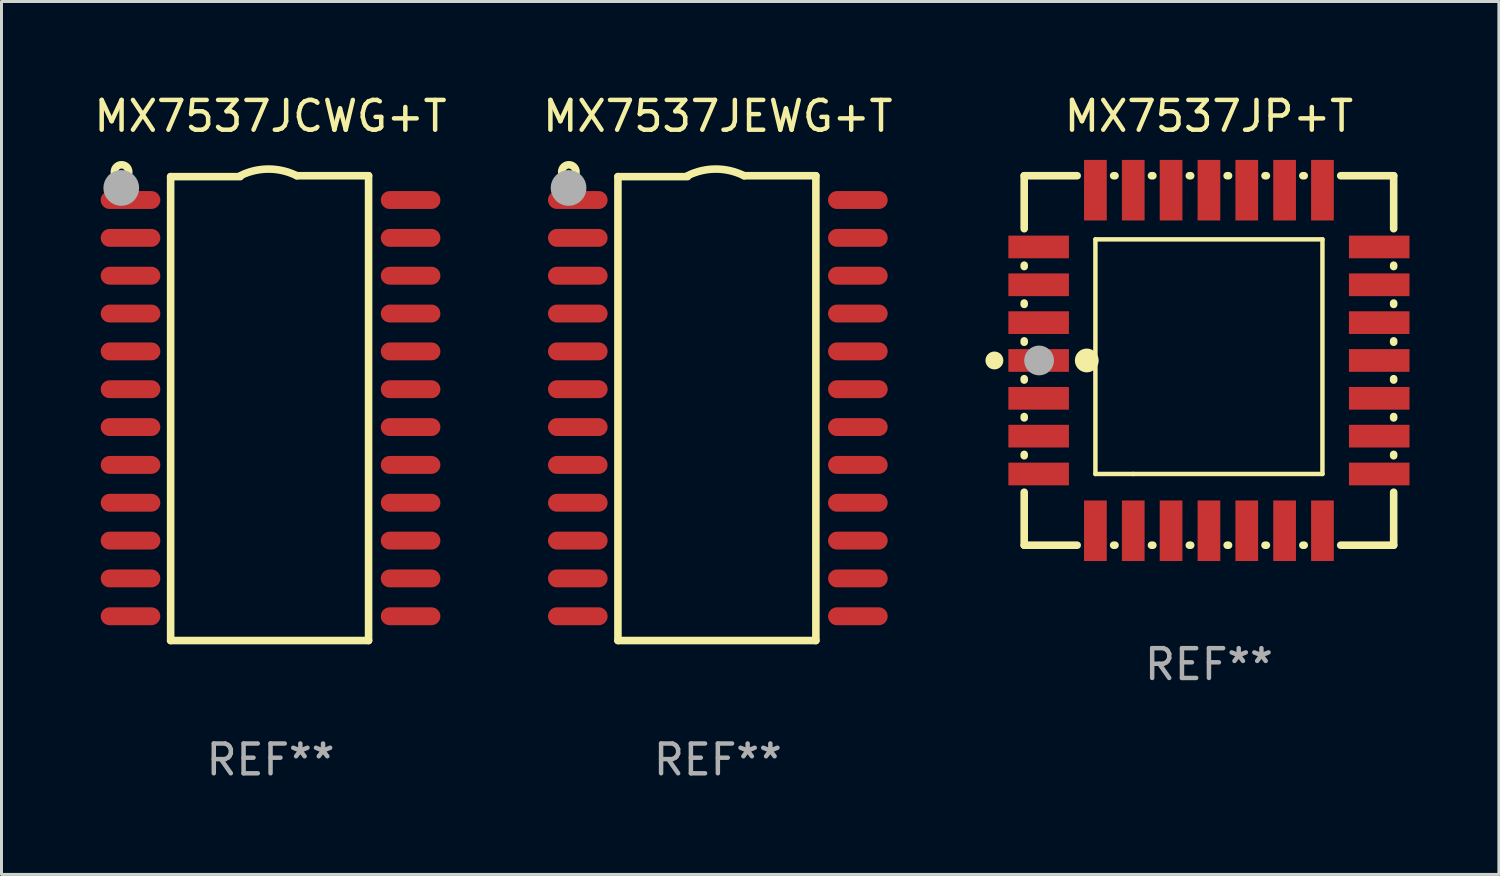
<source format=kicad_pcb>
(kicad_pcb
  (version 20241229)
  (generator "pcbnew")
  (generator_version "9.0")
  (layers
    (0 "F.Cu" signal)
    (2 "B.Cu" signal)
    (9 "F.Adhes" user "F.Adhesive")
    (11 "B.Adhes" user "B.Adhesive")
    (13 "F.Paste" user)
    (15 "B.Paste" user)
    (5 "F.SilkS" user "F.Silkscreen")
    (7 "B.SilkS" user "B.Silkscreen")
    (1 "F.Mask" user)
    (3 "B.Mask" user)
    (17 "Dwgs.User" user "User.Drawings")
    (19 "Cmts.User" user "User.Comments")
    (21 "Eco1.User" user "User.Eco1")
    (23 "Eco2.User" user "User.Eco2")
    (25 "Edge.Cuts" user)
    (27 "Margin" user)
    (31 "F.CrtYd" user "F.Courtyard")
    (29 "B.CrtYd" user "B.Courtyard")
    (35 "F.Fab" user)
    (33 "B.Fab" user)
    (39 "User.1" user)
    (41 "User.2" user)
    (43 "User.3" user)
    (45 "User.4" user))
  (footprint "MX7537JCWG+T"
    (layer "F.Cu")
    (at 6.03 10.648)
    (property "Reference" "MX7537JCWG+T" (at 0 -9.8 0) (layer "F.SilkS") (effects (font (size 1 1) (thickness 0.15))))
    (attr through_hole)
    (fp_line (start -3.353 -7.77) (end -1.016 -7.77) (stroke (width 0.254) (type solid)) (layer "F.SilkS"))
    (fp_line (start -3.353 7.8) (end -3.353 -7.77) (stroke (width 0.254) (type solid)) (layer "F.SilkS"))
    (fp_line (start 0.881 -7.8) (end 3.29 -7.8) (stroke (width 0.254) (type solid)) (layer "F.SilkS"))
    (fp_line (start 3.29 -7.8) (end 3.29 7.8) (stroke (width 0.254) (type solid)) (layer "F.SilkS"))
    (fp_line (start 3.29 7.8) (end -3.353 7.8) (stroke (width 0.254) (type solid)) (layer "F.SilkS"))
    (fp_arc (start -1.015951 -7.800025) (mid -0.067691 -8.023879) (end 0.880569 -7.800025) (stroke (width 0.254001) (type solid)) (layer "F.SilkS"))
    (fp_circle (center -5 -7.927) (end -4.886 -7.927) (stroke (width 0.254) (type solid)) (fill no) (layer "F.SilkS"))
    (fp_circle (center -5.01 -7.39) (end -4.71 -7.39) (stroke (width 0.6) (type solid)) (fill no) (layer "F.Fab"))
    (fp_text user "REF**" (at 0 11.8 0) (layer "F.Fab") (effects (font (size 1 1) (thickness 0.15))))
    (pad "1" smd oval (at -4.7 -6.985 270) (size 0.6 2) (layers "F.Cu" "F.Mask" "F.Paste"))
    (pad "2" smd oval (at -4.7 -5.715 270) (size 0.6 2) (layers "F.Cu" "F.Mask" "F.Paste"))
    (pad "3" smd oval (at -4.7 -4.445 270) (size 0.6 2) (layers "F.Cu" "F.Mask" "F.Paste"))
    (pad "4" smd oval (at -4.7 -3.175 270) (size 0.6 2) (layers "F.Cu" "F.Mask" "F.Paste"))
    (pad "5" smd oval (at -4.7 -1.905 270) (size 0.6 2) (layers "F.Cu" "F.Mask" "F.Paste"))
    (pad "6" smd oval (at -4.7 -0.635 270) (size 0.6 2) (layers "F.Cu" "F.Mask" "F.Paste"))
    (pad "7" smd oval (at -4.7 0.635 270) (size 0.6 2) (layers "F.Cu" "F.Mask" "F.Paste"))
    (pad "8" smd oval (at -4.7 1.905 270) (size 0.6 2) (layers "F.Cu" "F.Mask" "F.Paste"))
    (pad "9" smd oval (at -4.7 3.175 270) (size 0.6 2) (layers "F.Cu" "F.Mask" "F.Paste"))
    (pad "10" smd oval (at -4.7 4.445 270) (size 0.6 2) (layers "F.Cu" "F.Mask" "F.Paste"))
    (pad "11" smd oval (at -4.7 5.715 270) (size 0.6 2) (layers "F.Cu" "F.Mask" "F.Paste"))
    (pad "12" smd oval (at -4.7 6.985 270) (size 0.6 2) (layers "F.Cu" "F.Mask" "F.Paste"))
    (pad "13" smd oval (at 4.7 6.985 270) (size 0.6 2) (layers "F.Cu" "F.Mask" "F.Paste"))
    (pad "14" smd oval (at 4.7 5.715 270) (size 0.6 2) (layers "F.Cu" "F.Mask" "F.Paste"))
    (pad "15" smd oval (at 4.7 4.445 270) (size 0.6 2) (layers "F.Cu" "F.Mask" "F.Paste"))
    (pad "16" smd oval (at 4.7 3.175 270) (size 0.6 2) (layers "F.Cu" "F.Mask" "F.Paste"))
    (pad "17" smd oval (at 4.7 1.905 270) (size 0.6 2) (layers "F.Cu" "F.Mask" "F.Paste"))
    (pad "18" smd oval (at 4.7 0.635 270) (size 0.6 2) (layers "F.Cu" "F.Mask" "F.Paste"))
    (pad "19" smd oval (at 4.7 -0.635 270) (size 0.6 2) (layers "F.Cu" "F.Mask" "F.Paste"))
    (pad "20" smd oval (at 4.7 -1.905 270) (size 0.6 2) (layers "F.Cu" "F.Mask" "F.Paste"))
    (pad "21" smd oval (at 4.7 -3.175 270) (size 0.6 2) (layers "F.Cu" "F.Mask" "F.Paste"))
    (pad "22" smd oval (at 4.7 -4.445 270) (size 0.6 2) (layers "F.Cu" "F.Mask" "F.Paste"))
    (pad "23" smd oval (at 4.7 -5.715 270) (size 0.6 2) (layers "F.Cu" "F.Mask" "F.Paste"))
    (pad "24" smd oval (at 4.7 -6.985 270) (size 0.6 2) (layers "F.Cu" "F.Mask" "F.Paste")))
  (footprint "MX7537JEWG+T"
    (layer "F.Cu")
    (at 21.042 10.648)
    (property "Reference" "MX7537JEWG+T" (at 0 -9.8 0) (layer "F.SilkS") (effects (font (size 1 1) (thickness 0.15))))
    (attr through_hole)
    (fp_line (start -3.353 -7.77) (end -1.016 -7.77) (stroke (width 0.254) (type solid)) (layer "F.SilkS"))
    (fp_line (start -3.353 7.8) (end -3.353 -7.77) (stroke (width 0.254) (type solid)) (layer "F.SilkS"))
    (fp_line (start 0.881 -7.8) (end 3.29 -7.8) (stroke (width 0.254) (type solid)) (layer "F.SilkS"))
    (fp_line (start 3.29 -7.8) (end 3.29 7.8) (stroke (width 0.254) (type solid)) (layer "F.SilkS"))
    (fp_line (start 3.29 7.8) (end -3.353 7.8) (stroke (width 0.254) (type solid)) (layer "F.SilkS"))
    (fp_arc (start -1.015951 -7.800025) (mid -0.067691 -8.023879) (end 0.880569 -7.800025) (stroke (width 0.254001) (type solid)) (layer "F.SilkS"))
    (fp_circle (center -5 -7.927) (end -4.886 -7.927) (stroke (width 0.254) (type solid)) (fill no) (layer "F.SilkS"))
    (fp_circle (center -5.01 -7.39) (end -4.71 -7.39) (stroke (width 0.6) (type solid)) (fill no) (layer "F.Fab"))
    (fp_text user "REF**" (at 0 11.8 0) (layer "F.Fab") (effects (font (size 1 1) (thickness 0.15))))
    (pad "1" smd oval (at -4.7 -6.985 270) (size 0.6 2) (layers "F.Cu" "F.Mask" "F.Paste"))
    (pad "2" smd oval (at -4.7 -5.715 270) (size 0.6 2) (layers "F.Cu" "F.Mask" "F.Paste"))
    (pad "3" smd oval (at -4.7 -4.445 270) (size 0.6 2) (layers "F.Cu" "F.Mask" "F.Paste"))
    (pad "4" smd oval (at -4.7 -3.175 270) (size 0.6 2) (layers "F.Cu" "F.Mask" "F.Paste"))
    (pad "5" smd oval (at -4.7 -1.905 270) (size 0.6 2) (layers "F.Cu" "F.Mask" "F.Paste"))
    (pad "6" smd oval (at -4.7 -0.635 270) (size 0.6 2) (layers "F.Cu" "F.Mask" "F.Paste"))
    (pad "7" smd oval (at -4.7 0.635 270) (size 0.6 2) (layers "F.Cu" "F.Mask" "F.Paste"))
    (pad "8" smd oval (at -4.7 1.905 270) (size 0.6 2) (layers "F.Cu" "F.Mask" "F.Paste"))
    (pad "9" smd oval (at -4.7 3.175 270) (size 0.6 2) (layers "F.Cu" "F.Mask" "F.Paste"))
    (pad "10" smd oval (at -4.7 4.445 270) (size 0.6 2) (layers "F.Cu" "F.Mask" "F.Paste"))
    (pad "11" smd oval (at -4.7 5.715 270) (size 0.6 2) (layers "F.Cu" "F.Mask" "F.Paste"))
    (pad "12" smd oval (at -4.7 6.985 270) (size 0.6 2) (layers "F.Cu" "F.Mask" "F.Paste"))
    (pad "13" smd oval (at 4.7 6.985 270) (size 0.6 2) (layers "F.Cu" "F.Mask" "F.Paste"))
    (pad "14" smd oval (at 4.7 5.715 270) (size 0.6 2) (layers "F.Cu" "F.Mask" "F.Paste"))
    (pad "15" smd oval (at 4.7 4.445 270) (size 0.6 2) (layers "F.Cu" "F.Mask" "F.Paste"))
    (pad "16" smd oval (at 4.7 3.175 270) (size 0.6 2) (layers "F.Cu" "F.Mask" "F.Paste"))
    (pad "17" smd oval (at 4.7 1.905 270) (size 0.6 2) (layers "F.Cu" "F.Mask" "F.Paste"))
    (pad "18" smd oval (at 4.7 0.635 270) (size 0.6 2) (layers "F.Cu" "F.Mask" "F.Paste"))
    (pad "19" smd oval (at 4.7 -0.635 270) (size 0.6 2) (layers "F.Cu" "F.Mask" "F.Paste"))
    (pad "20" smd oval (at 4.7 -1.905 270) (size 0.6 2) (layers "F.Cu" "F.Mask" "F.Paste"))
    (pad "21" smd oval (at 4.7 -3.175 270) (size 0.6 2) (layers "F.Cu" "F.Mask" "F.Paste"))
    (pad "22" smd oval (at 4.7 -4.445 270) (size 0.6 2) (layers "F.Cu" "F.Mask" "F.Paste"))
    (pad "23" smd oval (at 4.7 -5.715 270) (size 0.6 2) (layers "F.Cu" "F.Mask" "F.Paste"))
    (pad "24" smd oval (at 4.7 -6.985 270) (size 0.6 2) (layers "F.Cu" "F.Mask" "F.Paste")))
  (footprint "MX7537JP+T"
    (layer "F.Cu")
    (at 37.524 9.048)
    (property "Reference" "MX7537JP+T" (at 0 -8.2 0) (layer "F.SilkS") (effects (font (size 1 1) (thickness 0.15))))
    (attr through_hole)
    (fp_line (start -6.2 -6.2) (end -4.422 -6.2) (stroke (width 0.254) (type solid)) (layer "F.SilkS"))
    (fp_line (start -6.2 -4.422) (end -6.2 -6.2) (stroke (width 0.254) (type solid)) (layer "F.SilkS"))
    (fp_line (start -6.2 -3.152) (end -6.2 -3.198) (stroke (width 0.254) (type solid)) (layer "F.SilkS"))
    (fp_line (start -6.2 -1.882) (end -6.2 -1.928) (stroke (width 0.254) (type solid)) (layer "F.SilkS"))
    (fp_line (start -6.2 -0.612) (end -6.2 -0.658) (stroke (width 0.254) (type solid)) (layer "F.SilkS"))
    (fp_line (start -6.2 0.658) (end -6.2 0.612) (stroke (width 0.254) (type solid)) (layer "F.SilkS"))
    (fp_line (start -6.2 1.928) (end -6.2 1.882) (stroke (width 0.254) (type solid)) (layer "F.SilkS"))
    (fp_line (start -6.2 3.198) (end -6.2 3.152) (stroke (width 0.254) (type solid)) (layer "F.SilkS"))
    (fp_line (start -6.2 6.2) (end -6.2 4.422) (stroke (width 0.254) (type solid)) (layer "F.SilkS"))
    (fp_line (start -4.422 6.2) (end -6.2 6.2) (stroke (width 0.254) (type solid)) (layer "F.SilkS"))
    (fp_line (start -3.81 -4.064) (end 3.81 -4.064) (stroke (width 0.15) (type solid)) (layer "F.SilkS"))
    (fp_line (start -3.81 3.81) (end -3.81 -4.064) (stroke (width 0.15) (type solid)) (layer "F.SilkS"))
    (fp_line (start -3.198 -6.2) (end -3.152 -6.2) (stroke (width 0.254) (type solid)) (layer "F.SilkS"))
    (fp_line (start -3.152 6.2) (end -3.198 6.2) (stroke (width 0.254) (type solid)) (layer "F.SilkS"))
    (fp_line (start -2.54 3.81) (end -3.81 3.81) (stroke (width 0.15) (type solid)) (layer "F.SilkS"))
    (fp_line (start -1.928 -6.2) (end -1.882 -6.2) (stroke (width 0.254) (type solid)) (layer "F.SilkS"))
    (fp_line (start -1.882 6.2) (end -1.928 6.2) (stroke (width 0.254) (type solid)) (layer "F.SilkS"))
    (fp_line (start -0.658 -6.2) (end -0.612 -6.2) (stroke (width 0.254) (type solid)) (layer "F.SilkS"))
    (fp_line (start -0.612 6.2) (end -0.658 6.2) (stroke (width 0.254) (type solid)) (layer "F.SilkS"))
    (fp_line (start 0.612 -6.2) (end 0.658 -6.2) (stroke (width 0.254) (type solid)) (layer "F.SilkS"))
    (fp_line (start 0.658 6.2) (end 0.612 6.2) (stroke (width 0.254) (type solid)) (layer "F.SilkS"))
    (fp_line (start 1.882 -6.2) (end 1.928 -6.2) (stroke (width 0.254) (type solid)) (layer "F.SilkS"))
    (fp_line (start 1.928 6.2) (end 1.882 6.2) (stroke (width 0.254) (type solid)) (layer "F.SilkS"))
    (fp_line (start 3.152 -6.2) (end 3.198 -6.2) (stroke (width 0.254) (type solid)) (layer "F.SilkS"))
    (fp_line (start 3.198 6.2) (end 3.152 6.2) (stroke (width 0.254) (type solid)) (layer "F.SilkS"))
    (fp_line (start 3.81 -4.064) (end 3.81 3.81) (stroke (width 0.15) (type solid)) (layer "F.SilkS"))
    (fp_line (start 3.81 3.81) (end -2.54 3.81) (stroke (width 0.15) (type solid)) (layer "F.SilkS"))
    (fp_line (start 4.422 -6.2) (end 6.2 -6.2) (stroke (width 0.254) (type solid)) (layer "F.SilkS"))
    (fp_line (start 6.2 -6.2) (end 6.2 -4.422) (stroke (width 0.254) (type solid)) (layer "F.SilkS"))
    (fp_line (start 6.2 -3.198) (end 6.2 -3.152) (stroke (width 0.254) (type solid)) (layer "F.SilkS"))
    (fp_line (start 6.2 -1.928) (end 6.2 -1.882) (stroke (width 0.254) (type solid)) (layer "F.SilkS"))
    (fp_line (start 6.2 -0.658) (end 6.2 -0.612) (stroke (width 0.254) (type solid)) (layer "F.SilkS"))
    (fp_line (start 6.2 0.612) (end 6.2 0.658) (stroke (width 0.254) (type solid)) (layer "F.SilkS"))
    (fp_line (start 6.2 1.882) (end 6.2 1.928) (stroke (width 0.254) (type solid)) (layer "F.SilkS"))
    (fp_line (start 6.2 3.152) (end 6.2 3.198) (stroke (width 0.254) (type solid)) (layer "F.SilkS"))
    (fp_line (start 6.2 4.422) (end 6.2 6.2) (stroke (width 0.254) (type solid)) (layer "F.SilkS"))
    (fp_line (start 6.2 6.2) (end 4.422 6.2) (stroke (width 0.254) (type solid)) (layer "F.SilkS"))
    (fp_circle (center -7.2 0) (end -7.05 0) (stroke (width 0.3) (type solid)) (fill no) (layer "F.SilkS"))
    (fp_circle (center -6.223 6.223) (end -6.193 6.223) (stroke (width 0.06) (type solid)) (fill no) (layer "F.SilkS"))
    (fp_circle (center -4.1 0) (end -3.9 0) (stroke (width 0.4) (type solid)) (fill no) (layer "F.SilkS"))
    (fp_circle (center -5.7 0) (end -5.45 0) (stroke (width 0.5) (type solid)) (fill no) (layer "F.Fab"))
    (fp_text user "REF**" (at 0 10.2 0) (layer "F.Fab") (effects (font (size 1 1) (thickness 0.15))))
    (pad "1" smd rect (at -5.715 0) (size 2.032 0.762) (layers "F.Cu" "F.Mask" "F.Paste"))
    (pad "2" smd rect (at -5.715 1.27) (size 2.032 0.762) (layers "F.Cu" "F.Mask" "F.Paste"))
    (pad "3" smd rect (at -5.715 2.54) (size 2.032 0.762) (layers "F.Cu" "F.Mask" "F.Paste"))
    (pad "4" smd rect (at -5.715 3.81) (size 2.032 0.762) (layers "F.Cu" "F.Mask" "F.Paste"))
    (pad "5" smd rect (at -3.81 5.715) (size 0.762 2.032) (layers "F.Cu" "F.Mask" "F.Paste"))
    (pad "6" smd rect (at -2.54 5.715) (size 0.762 2.032) (layers "F.Cu" "F.Mask" "F.Paste"))
    (pad "7" smd rect (at -1.27 5.715) (size 0.762 2.032) (layers "F.Cu" "F.Mask" "F.Paste"))
    (pad "8" smd rect (at 0 5.715) (size 0.762 2.032) (layers "F.Cu" "F.Mask" "F.Paste"))
    (pad "9" smd rect (at 1.27 5.715) (size 0.762 2.032) (layers "F.Cu" "F.Mask" "F.Paste"))
    (pad "10" smd rect (at 2.54 5.715) (size 0.762 2.032) (layers "F.Cu" "F.Mask" "F.Paste"))
    (pad "11" smd rect (at 3.81 5.715) (size 0.762 2.032) (layers "F.Cu" "F.Mask" "F.Paste"))
    (pad "12" smd rect (at 5.715 3.81) (size 2.032 0.762) (layers "F.Cu" "F.Mask" "F.Paste"))
    (pad "13" smd rect (at 5.715 2.54) (size 2.032 0.762) (layers "F.Cu" "F.Mask" "F.Paste"))
    (pad "14" smd rect (at 5.715 1.27) (size 2.032 0.762) (layers "F.Cu" "F.Mask" "F.Paste"))
    (pad "15" smd rect (at 5.715 0) (size 2.032 0.762) (layers "F.Cu" "F.Mask" "F.Paste"))
    (pad "16" smd rect (at 5.715 -1.27) (size 2.032 0.762) (layers "F.Cu" "F.Mask" "F.Paste"))
    (pad "17" smd rect (at 5.715 -2.54) (size 2.032 0.762) (layers "F.Cu" "F.Mask" "F.Paste"))
    (pad "18" smd rect (at 5.715 -3.81) (size 2.032 0.762) (layers "F.Cu" "F.Mask" "F.Paste"))
    (pad "19" smd rect (at 3.81 -5.715) (size 0.762 2.032) (layers "F.Cu" "F.Mask" "F.Paste"))
    (pad "20" smd rect (at 2.54 -5.715) (size 0.762 2.032) (layers "F.Cu" "F.Mask" "F.Paste"))
    (pad "21" smd rect (at 1.27 -5.715) (size 0.762 2.032) (layers "F.Cu" "F.Mask" "F.Paste"))
    (pad "22" smd rect (at 0 -5.715) (size 0.762 2.032) (layers "F.Cu" "F.Mask" "F.Paste"))
    (pad "23" smd rect (at -1.27 -5.715) (size 0.762 2.032) (layers "F.Cu" "F.Mask" "F.Paste"))
    (pad "24" smd rect (at -2.54 -5.715) (size 0.762 2.032) (layers "F.Cu" "F.Mask" "F.Paste"))
    (pad "25" smd rect (at -3.81 -5.715) (size 0.762 2.032) (layers "F.Cu" "F.Mask" "F.Paste"))
    (pad "26" smd rect (at -5.715 -3.81) (size 2.032 0.762) (layers "F.Cu" "F.Mask" "F.Paste"))
    (pad "27" smd rect (at -5.715 -2.54) (size 2.032 0.762) (layers "F.Cu" "F.Mask" "F.Paste"))
    (pad "28" smd rect (at -5.715 -1.27) (size 2.032 0.762) (layers "F.Cu" "F.Mask" "F.Paste")))
  (gr_rect
    (start -3 -3)
    (end 47.255 26.297)
    (stroke (width 0.1) (type default))
    (fill no)
    (layer "Edge.Cuts")))
</source>
